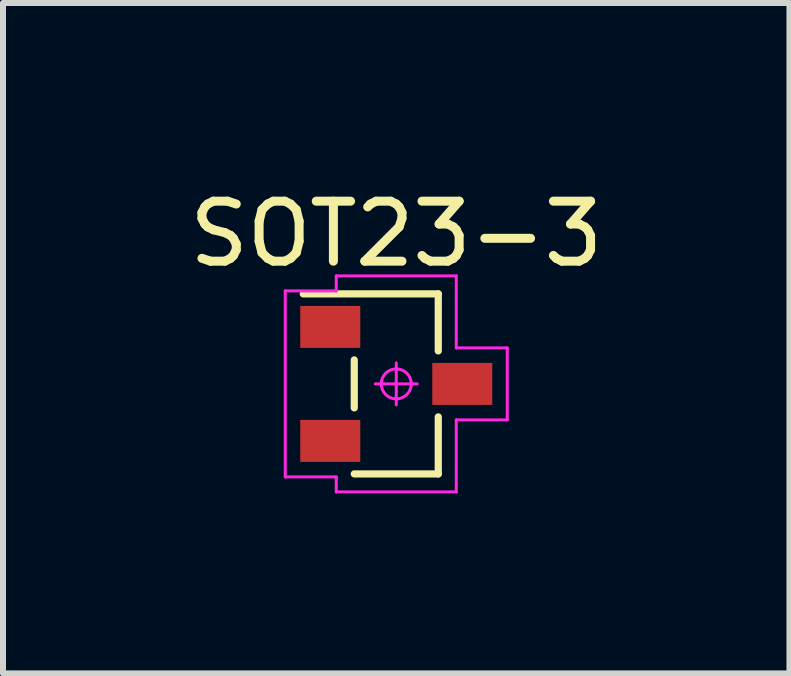
<source format=kicad_pcb>
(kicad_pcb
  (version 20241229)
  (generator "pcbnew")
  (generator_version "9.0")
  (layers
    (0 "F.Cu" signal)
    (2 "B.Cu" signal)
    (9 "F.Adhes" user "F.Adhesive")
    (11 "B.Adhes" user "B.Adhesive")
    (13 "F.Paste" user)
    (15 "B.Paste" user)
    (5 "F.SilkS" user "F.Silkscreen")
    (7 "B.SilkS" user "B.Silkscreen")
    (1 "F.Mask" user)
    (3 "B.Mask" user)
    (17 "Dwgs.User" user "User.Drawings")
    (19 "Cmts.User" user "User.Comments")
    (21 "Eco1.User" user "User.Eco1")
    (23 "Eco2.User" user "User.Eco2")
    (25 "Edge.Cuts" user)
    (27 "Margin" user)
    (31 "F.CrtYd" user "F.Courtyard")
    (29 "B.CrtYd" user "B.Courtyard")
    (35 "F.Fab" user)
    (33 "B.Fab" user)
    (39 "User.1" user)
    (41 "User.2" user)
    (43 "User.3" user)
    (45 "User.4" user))
  (footprint "SOT23-3"
    (layer "F.Cu")
    (at 3.554 3.348)
    (property "Reference" "SOT23-3" (at 0 -2.5 0) (layer "F.SilkS") (effects (font (size 1 1) (thickness 0.15))))
    (attr smd)
    (fp_line (start -0.7 -0.4) (end -0.7 0.4) (stroke (width 0.12) (type solid)) (layer "F.SilkS"))
    (fp_line (start 0.7 -1.5) (end -1.55 -1.5) (stroke (width 0.12) (type solid)) (layer "F.SilkS"))
    (fp_line (start 0.7 -0.55) (end 0.7 -1.5) (stroke (width 0.12) (type solid)) (layer "F.SilkS"))
    (fp_line (start 0.7 0.55) (end 0.7 1.5) (stroke (width 0.12) (type solid)) (layer "F.SilkS"))
    (fp_line (start 0.7 1.5) (end -0.7 1.5) (stroke (width 0.12) (type solid)) (layer "F.SilkS"))
    (fp_line (start -1.85 -1.55) (end -1 -1.55) (stroke (width 0.05) (type solid)) (layer "F.CrtYd"))
    (fp_line (start -1.85 1.55) (end -1.85 -1.55) (stroke (width 0.05) (type solid)) (layer "F.CrtYd"))
    (fp_line (start -1 -1.8) (end 1 -1.8) (stroke (width 0.05) (type solid)) (layer "F.CrtYd"))
    (fp_line (start -1 -1.55) (end -1 -1.8) (stroke (width 0.05) (type solid)) (layer "F.CrtYd"))
    (fp_line (start -1 1.55) (end -1.85 1.55) (stroke (width 0.05) (type solid)) (layer "F.CrtYd"))
    (fp_line (start -1 1.8) (end -1 1.55) (stroke (width 0.05) (type solid)) (layer "F.CrtYd"))
    (fp_line (start 0 -0.35) (end 0 0.35) (stroke (width 0.05) (type solid)) (layer "F.CrtYd"))
    (fp_line (start 0.35 0) (end -0.35 0) (stroke (width 0.05) (type solid)) (layer "F.CrtYd"))
    (fp_line (start 1 -1.8) (end 1 -0.6) (stroke (width 0.05) (type solid)) (layer "F.CrtYd"))
    (fp_line (start 1 -0.6) (end 1.85 -0.6) (stroke (width 0.05) (type solid)) (layer "F.CrtYd"))
    (fp_line (start 1 0.6) (end 1 1.8) (stroke (width 0.05) (type solid)) (layer "F.CrtYd"))
    (fp_line (start 1 1.8) (end -1 1.8) (stroke (width 0.05) (type solid)) (layer "F.CrtYd"))
    (fp_line (start 1.85 -0.6) (end 1.85 0.6) (stroke (width 0.05) (type solid)) (layer "F.CrtYd"))
    (fp_line (start 1.85 0.6) (end 1 0.6) (stroke (width 0.05) (type solid)) (layer "F.CrtYd"))
    (fp_circle (center 0 0) (end 0.25 0) (stroke (width 0.05) (type solid)) (fill no) (layer "F.CrtYd"))
    (pad "1" smd rect (at -1.1 -0.95) (size 1 0.7) (layers "F.Cu" "F.Mask" "F.Paste"))
    (pad "2" smd rect (at -1.1 0.95) (size 1 0.7) (layers "F.Cu" "F.Mask" "F.Paste"))
    (pad "3" smd rect (at 1.1 0) (size 1 0.7) (layers "F.Cu" "F.Mask" "F.Paste")))
  (gr_rect
    (start -3 -3)
    (end 10.107 8.173)
    (stroke (width 0.1) (type default))
    (fill no)
    (layer "Edge.Cuts")))
</source>
